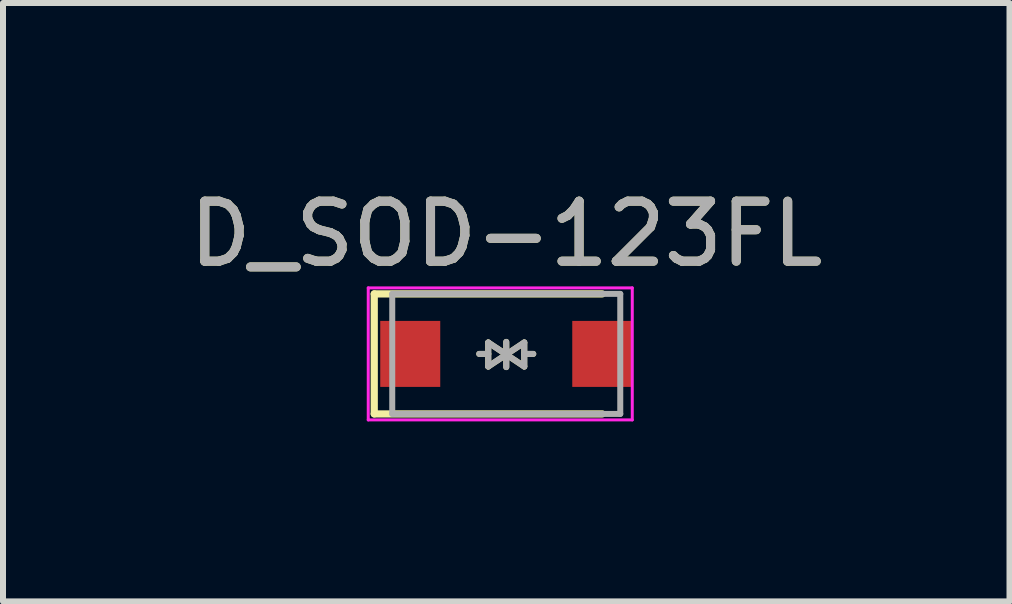
<source format=kicad_pcb>
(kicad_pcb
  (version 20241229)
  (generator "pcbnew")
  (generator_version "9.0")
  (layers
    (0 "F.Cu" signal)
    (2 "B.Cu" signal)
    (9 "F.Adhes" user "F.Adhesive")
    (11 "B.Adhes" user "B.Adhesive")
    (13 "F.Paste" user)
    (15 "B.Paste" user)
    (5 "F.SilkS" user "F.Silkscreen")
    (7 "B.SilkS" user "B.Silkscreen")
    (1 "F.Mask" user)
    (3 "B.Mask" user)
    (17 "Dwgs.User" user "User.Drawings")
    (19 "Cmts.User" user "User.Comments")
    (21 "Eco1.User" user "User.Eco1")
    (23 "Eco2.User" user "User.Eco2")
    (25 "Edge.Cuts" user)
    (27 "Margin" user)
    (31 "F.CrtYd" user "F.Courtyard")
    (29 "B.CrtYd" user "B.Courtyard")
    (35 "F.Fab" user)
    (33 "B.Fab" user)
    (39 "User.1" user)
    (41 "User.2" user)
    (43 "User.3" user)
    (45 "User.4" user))
  (footprint "D_SOD-123FL"
    (layer "F.Cu")
    (at 5.387 2.848)
    (property "Reference" "D_SOD-123FL" (at 0 -2 0) (layer "F.SilkS") (effects (font (size 1 1) (thickness 0.15))))
    (attr smd)
    (fp_line (start -2.2 -1) (end -2.2 1) (stroke (width 0.12) (type solid)) (layer "F.SilkS"))
    (fp_line (start -2.2 -1) (end 1.6 -1) (stroke (width 0.12) (type solid)) (layer "F.SilkS"))
    (fp_line (start -2.2 1) (end 1.6 1) (stroke (width 0.12) (type solid)) (layer "F.SilkS"))
    (fp_line (start -0.3 -0.19) (end 0 0.01) (stroke (width 0.1) (type solid)) (layer "F.SilkS"))
    (fp_line (start -0.3 0) (end -0.45 0) (stroke (width 0.1) (type solid)) (layer "F.SilkS"))
    (fp_line (start -0.3 0.21) (end -0.3 -0.19) (stroke (width 0.1) (type solid)) (layer "F.SilkS"))
    (fp_line (start 0 0.01) (end -0.3 0.21) (stroke (width 0.1) (type solid)) (layer "F.SilkS"))
    (fp_line (start 0 0.01) (end 0.3 0.21) (stroke (width 0.1) (type solid)) (layer "F.SilkS"))
    (fp_line (start 0 0.22) (end 0 -0.2) (stroke (width 0.1) (type solid)) (layer "F.SilkS"))
    (fp_line (start 0.3 -0.19) (end 0 0.01) (stroke (width 0.1) (type solid)) (layer "F.SilkS"))
    (fp_line (start 0.3 0) (end 0.45 0) (stroke (width 0.1) (type solid)) (layer "F.SilkS"))
    (fp_line (start 0.3 0.21) (end 0.3 -0.19) (stroke (width 0.1) (type solid)) (layer "F.SilkS"))
    (fp_line (start -2.3 -1.1) (end -2.3 1.1) (stroke (width 0.05) (type solid)) (layer "F.CrtYd"))
    (fp_line (start -2.3 -1.1) (end 2.1 -1.1) (stroke (width 0.05) (type solid)) (layer "F.CrtYd"))
    (fp_line (start 2.1 -1.1) (end 2.1 1.1) (stroke (width 0.05) (type solid)) (layer "F.CrtYd"))
    (fp_line (start 2.1 1.1) (end -2.3 1.1) (stroke (width 0.05) (type solid)) (layer "F.CrtYd"))
    (fp_line (start -1.9 -1) (end -1.9 1) (stroke (width 0.1) (type solid)) (layer "F.Fab"))
    (fp_line (start -1.9 1) (end 1.9 1) (stroke (width 0.1) (type solid)) (layer "F.Fab"))
    (fp_line (start -0.3 -0.19) (end 0 0.01) (stroke (width 0.1) (type solid)) (layer "F.Fab"))
    (fp_line (start -0.3 0) (end -0.45 0) (stroke (width 0.1) (type solid)) (layer "F.Fab"))
    (fp_line (start -0.3 0.21) (end -0.3 -0.19) (stroke (width 0.1) (type solid)) (layer "F.Fab"))
    (fp_line (start 0 0.01) (end -0.3 0.21) (stroke (width 0.1) (type solid)) (layer "F.Fab"))
    (fp_line (start 0 0.01) (end 0.3 0.21) (stroke (width 0.1) (type solid)) (layer "F.Fab"))
    (fp_line (start 0 0.22) (end 0 -0.2) (stroke (width 0.1) (type solid)) (layer "F.Fab"))
    (fp_line (start 0.3 -0.19) (end 0 0.01) (stroke (width 0.1) (type solid)) (layer "F.Fab"))
    (fp_line (start 0.3 0) (end 0.45 0) (stroke (width 0.1) (type solid)) (layer "F.Fab"))
    (fp_line (start 0.3 0.21) (end 0.3 -0.19) (stroke (width 0.1) (type solid)) (layer "F.Fab"))
    (fp_line (start 1.9 -1) (end -1.9 -1) (stroke (width 0.1) (type solid)) (layer "F.Fab"))
    (fp_line (start 1.9 1) (end 1.9 -1) (stroke (width 0.1) (type solid)) (layer "F.Fab"))
    (fp_text user "${REFERENCE}" (at 0 -2 0) (layer "F.Fab") (effects (font (size 1 1) (thickness 0.15))))
    (pad "1" smd rect (at -1.6 0) (size 1 1.1) (layers "F.Cu" "F.Mask" "F.Paste"))
    (pad "2" smd rect (at 1.6 0) (size 1 1.1) (layers "F.Cu" "F.Mask" "F.Paste")))
  (gr_rect
    (start -3 -3)
    (end 13.774 6.973)
    (stroke (width 0.1) (type default))
    (fill no)
    (layer "Edge.Cuts")))
</source>
